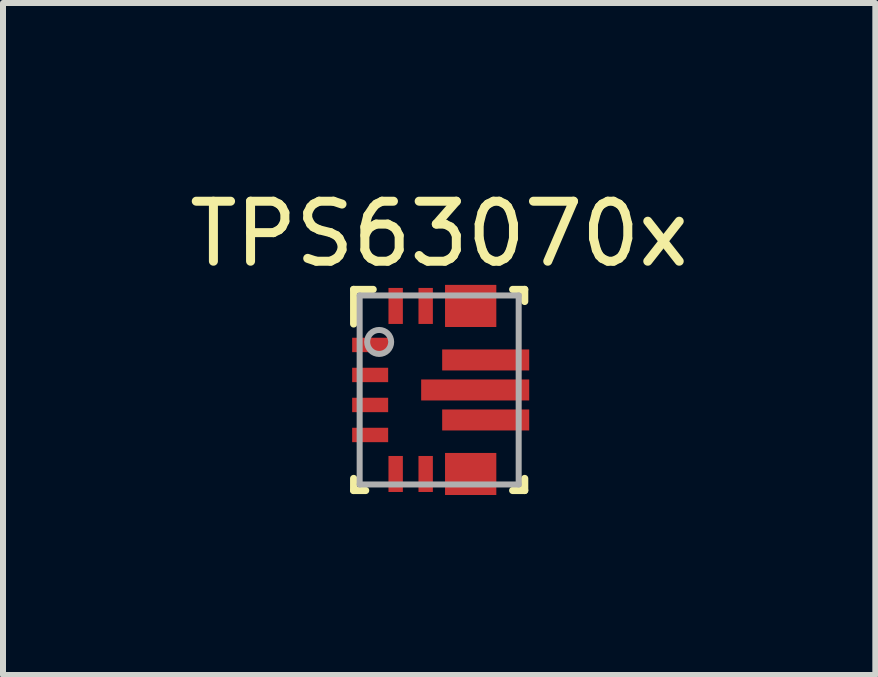
<source format=kicad_pcb>
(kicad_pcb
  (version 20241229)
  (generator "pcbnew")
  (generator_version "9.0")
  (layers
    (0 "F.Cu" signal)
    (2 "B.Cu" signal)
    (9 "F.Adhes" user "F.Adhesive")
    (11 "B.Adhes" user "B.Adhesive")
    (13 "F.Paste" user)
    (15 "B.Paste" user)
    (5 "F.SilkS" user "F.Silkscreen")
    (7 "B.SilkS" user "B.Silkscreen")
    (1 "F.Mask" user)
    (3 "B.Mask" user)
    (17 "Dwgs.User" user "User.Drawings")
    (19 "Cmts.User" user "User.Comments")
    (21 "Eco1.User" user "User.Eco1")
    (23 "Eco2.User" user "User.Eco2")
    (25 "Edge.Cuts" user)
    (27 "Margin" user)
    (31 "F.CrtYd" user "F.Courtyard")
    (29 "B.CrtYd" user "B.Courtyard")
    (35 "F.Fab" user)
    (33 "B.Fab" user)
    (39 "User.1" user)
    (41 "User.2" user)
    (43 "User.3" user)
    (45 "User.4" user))
  (footprint "TPS63070x"
    (layer "F.Cu")
    (at 4.268 3.448)
    (property "Reference" "TPS63070x" (at 0 -2.6 0) (layer "F.SilkS") (effects (font (size 1 1) (thickness 0.15))))
    (attr smd)
    (fp_poly (pts (xy 0.15 -1.15) (xy 0.15 -1.3) (xy 0.151 -1.31) (xy 0.154 -1.319) (xy 0.158 -1.328) (xy 0.165 -1.335) (xy 0.172 -1.342) (xy 0.181 -1.346) (xy 0.19 -1.349) (xy 0.2 -1.35) (xy 0.85 -1.35) (xy 0.86 -1.349) (xy 0.869 -1.346) (xy 0.878 -1.342) (xy 0.885 -1.335) (xy 0.892 -1.328) (xy 0.896 -1.319) (xy 0.899 -1.31) (xy 0.9 -1.3) (xy 0.9 -1.15) (xy 0.899 -1.14) (xy 0.896 -1.131) (xy 0.892 -1.122) (xy 0.885 -1.115) (xy 0.878 -1.108) (xy 0.869 -1.104) (xy 0.86 -1.101) (xy 0.85 -1.1) (xy 0.2 -1.1) (xy 0.19 -1.101) (xy 0.181 -1.104) (xy 0.172 -1.108) (xy 0.165 -1.115) (xy 0.158 -1.122) (xy 0.154 -1.131) (xy 0.151 -1.14)) (stroke (width 0.1) (type solid)) (fill yes) (layer "F.Mask"))
    (fp_poly (pts (xy 0.15 1.3) (xy 0.15 1.15) (xy 0.151 1.14) (xy 0.154 1.131) (xy 0.158 1.122) (xy 0.165 1.115) (xy 0.172 1.108) (xy 0.181 1.104) (xy 0.19 1.101) (xy 0.2 1.1) (xy 0.85 1.1) (xy 0.86 1.101) (xy 0.869 1.104) (xy 0.878 1.108) (xy 0.885 1.115) (xy 0.892 1.122) (xy 0.896 1.131) (xy 0.899 1.14) (xy 0.9 1.15) (xy 0.9 1.3) (xy 0.899 1.31) (xy 0.896 1.319) (xy 0.892 1.328) (xy 0.885 1.335) (xy 0.878 1.342) (xy 0.869 1.346) (xy 0.86 1.349) (xy 0.85 1.35) (xy 0.2 1.35) (xy 0.19 1.349) (xy 0.181 1.346) (xy 0.172 1.342) (xy 0.165 1.335) (xy 0.158 1.328) (xy 0.154 1.319) (xy 0.151 1.31)) (stroke (width 0.1) (type solid)) (fill yes) (layer "F.Mask"))
    (fp_poly (pts (xy 0.2 1.1) (xy 0.35 1.1) (xy 0.36 1.101) (xy 0.369 1.104) (xy 0.378 1.108) (xy 0.385 1.115) (xy 0.392 1.122) (xy 0.396 1.131) (xy 0.399 1.14) (xy 0.4 1.15) (xy 0.4 1.65) (xy 0.399 1.66) (xy 0.396 1.669) (xy 0.392 1.678) (xy 0.385 1.685) (xy 0.378 1.692) (xy 0.369 1.696) (xy 0.36 1.699) (xy 0.35 1.7) (xy 0.2 1.7) (xy 0.19 1.699) (xy 0.181 1.696) (xy 0.172 1.692) (xy 0.165 1.685) (xy 0.158 1.678) (xy 0.154 1.669) (xy 0.151 1.66) (xy 0.15 1.65) (xy 0.15 1.15) (xy 0.151 1.14) (xy 0.154 1.131) (xy 0.158 1.122) (xy 0.165 1.115) (xy 0.172 1.108) (xy 0.181 1.104) (xy 0.19 1.101)) (stroke (width 0.1) (type solid)) (fill yes) (layer "F.Mask"))
    (fp_poly (pts (xy 0.35 -1.1) (xy 0.2 -1.1) (xy 0.19 -1.101) (xy 0.181 -1.104) (xy 0.172 -1.108) (xy 0.165 -1.115) (xy 0.158 -1.122) (xy 0.154 -1.131) (xy 0.151 -1.14) (xy 0.15 -1.15) (xy 0.15 -1.65) (xy 0.151 -1.66) (xy 0.154 -1.669) (xy 0.158 -1.678) (xy 0.165 -1.685) (xy 0.172 -1.692) (xy 0.181 -1.696) (xy 0.19 -1.699) (xy 0.2 -1.7) (xy 0.35 -1.7) (xy 0.36 -1.699) (xy 0.369 -1.696) (xy 0.378 -1.692) (xy 0.385 -1.685) (xy 0.392 -1.678) (xy 0.396 -1.669) (xy 0.399 -1.66) (xy 0.4 -1.65) (xy 0.4 -1.15) (xy 0.399 -1.14) (xy 0.396 -1.131) (xy 0.392 -1.122) (xy 0.385 -1.115) (xy 0.378 -1.108) (xy 0.369 -1.104) (xy 0.36 -1.101)) (stroke (width 0.1) (type solid)) (fill yes) (layer "F.Mask"))
    (fp_poly (pts (xy 0.7 1.1) (xy 0.85 1.1) (xy 0.86 1.101) (xy 0.869 1.104) (xy 0.878 1.108) (xy 0.885 1.115) (xy 0.892 1.122) (xy 0.896 1.131) (xy 0.899 1.14) (xy 0.9 1.15) (xy 0.9 1.65) (xy 0.899 1.66) (xy 0.896 1.669) (xy 0.892 1.678) (xy 0.885 1.685) (xy 0.878 1.692) (xy 0.869 1.696) (xy 0.86 1.699) (xy 0.85 1.7) (xy 0.7 1.7) (xy 0.69 1.699) (xy 0.681 1.696) (xy 0.672 1.692) (xy 0.665 1.685) (xy 0.658 1.678) (xy 0.654 1.669) (xy 0.651 1.66) (xy 0.65 1.65) (xy 0.65 1.15) (xy 0.651 1.14) (xy 0.654 1.131) (xy 0.658 1.122) (xy 0.665 1.115) (xy 0.672 1.108) (xy 0.681 1.104) (xy 0.69 1.101)) (stroke (width 0.1) (type solid)) (fill yes) (layer "F.Mask"))
    (fp_poly (pts (xy 0.85 -1.1) (xy 0.7 -1.1) (xy 0.69 -1.101) (xy 0.681 -1.104) (xy 0.672 -1.108) (xy 0.665 -1.115) (xy 0.658 -1.122) (xy 0.654 -1.131) (xy 0.651 -1.14) (xy 0.65 -1.15) (xy 0.65 -1.65) (xy 0.651 -1.66) (xy 0.654 -1.669) (xy 0.658 -1.678) (xy 0.665 -1.685) (xy 0.672 -1.692) (xy 0.681 -1.696) (xy 0.69 -1.699) (xy 0.7 -1.7) (xy 0.85 -1.7) (xy 0.86 -1.699) (xy 0.869 -1.696) (xy 0.878 -1.692) (xy 0.885 -1.685) (xy 0.892 -1.678) (xy 0.896 -1.669) (xy 0.899 -1.66) (xy 0.9 -1.65) (xy 0.9 -1.15) (xy 0.899 -1.14) (xy 0.896 -1.131) (xy 0.892 -1.122) (xy 0.885 -1.115) (xy 0.878 -1.108) (xy 0.869 -1.104) (xy 0.86 -1.101)) (stroke (width 0.1) (type solid)) (fill yes) (layer "F.Mask"))
    (fp_line (start -1.425 -1.675) (end -1.1 -1.675) (stroke (width 0.12) (type solid)) (layer "F.SilkS"))
    (fp_line (start -1.425 -1.1) (end -1.425 -1.675) (stroke (width 0.12) (type solid)) (layer "F.SilkS"))
    (fp_line (start -1.425 1.675) (end -1.425 1.475) (stroke (width 0.12) (type solid)) (layer "F.SilkS"))
    (fp_line (start -1.425 1.675) (end -1.225 1.675) (stroke (width 0.12) (type solid)) (layer "F.SilkS"))
    (fp_line (start 1.225 -1.675) (end 1.425 -1.675) (stroke (width 0.12) (type solid)) (layer "F.SilkS"))
    (fp_line (start 1.225 1.675) (end 1.425 1.675) (stroke (width 0.12) (type solid)) (layer "F.SilkS"))
    (fp_line (start 1.425 -1.475) (end 1.425 -1.675) (stroke (width 0.12) (type solid)) (layer "F.SilkS"))
    (fp_line (start 1.425 1.675) (end 1.425 1.475) (stroke (width 0.12) (type solid)) (layer "F.SilkS"))
    (fp_poly (pts (xy -0.22 0.075) (xy -0.22 -0.075) (xy -0.219 -0.085) (xy -0.216 -0.094) (xy -0.212 -0.103) (xy -0.205 -0.11) (xy -0.198 -0.117) (xy -0.189 -0.121) (xy -0.18 -0.124) (xy -0.17 -0.125) (xy 0.45 -0.125) (xy 0.46 -0.124) (xy 0.469 -0.121) (xy 0.478 -0.117) (xy 0.485 -0.11) (xy 0.492 -0.103) (xy 0.496 -0.094) (xy 0.499 -0.085) (xy 0.5 -0.075) (xy 0.5 0.075) (xy 0.499 0.085) (xy 0.496 0.094) (xy 0.492 0.103) (xy 0.485 0.11) (xy 0.478 0.117) (xy 0.469 0.121) (xy 0.46 0.124) (xy 0.45 0.125) (xy -0.17 0.125) (xy -0.18 0.124) (xy -0.189 0.121) (xy -0.198 0.117) (xy -0.205 0.11) (xy -0.212 0.103) (xy -0.216 0.094) (xy -0.219 0.085)) (stroke (width 0.1) (type solid)) (fill yes) (layer "F.Paste"))
    (fp_poly (pts (xy 0.101 -0.425) (xy 0.101 -0.575) (xy 0.101 -0.585) (xy 0.104 -0.594) (xy 0.109 -0.603) (xy 0.115 -0.61) (xy 0.123 -0.617) (xy 0.131 -0.621) (xy 0.141 -0.624) (xy 0.15 -0.625) (xy 0.625 -0.625) (xy 0.635 -0.624) (xy 0.645 -0.621) (xy 0.653 -0.617) (xy 0.661 -0.61) (xy 0.667 -0.603) (xy 0.672 -0.594) (xy 0.675 -0.585) (xy 0.675 -0.575) (xy 0.675 -0.425) (xy 0.675 -0.415) (xy 0.672 -0.406) (xy 0.667 -0.397) (xy 0.661 -0.39) (xy 0.653 -0.383) (xy 0.645 -0.379) (xy 0.635 -0.376) (xy 0.625 -0.375) (xy 0.15 -0.375) (xy 0.141 -0.376) (xy 0.131 -0.379) (xy 0.123 -0.383) (xy 0.115 -0.39) (xy 0.109 -0.397) (xy 0.104 -0.406) (xy 0.101 -0.415)) (stroke (width 0.1) (type solid)) (fill yes) (layer "F.Paste"))
    (fp_poly (pts (xy 0.101 0.575) (xy 0.101 0.425) (xy 0.101 0.415) (xy 0.104 0.406) (xy 0.109 0.397) (xy 0.115 0.39) (xy 0.123 0.383) (xy 0.131 0.379) (xy 0.141 0.376) (xy 0.15 0.375) (xy 0.625 0.375) (xy 0.635 0.376) (xy 0.645 0.379) (xy 0.653 0.383) (xy 0.661 0.39) (xy 0.667 0.397) (xy 0.672 0.406) (xy 0.675 0.415) (xy 0.675 0.425) (xy 0.675 0.575) (xy 0.675 0.585) (xy 0.672 0.594) (xy 0.667 0.603) (xy 0.661 0.61) (xy 0.653 0.617) (xy 0.645 0.621) (xy 0.635 0.624) (xy 0.625 0.625) (xy 0.15 0.625) (xy 0.141 0.624) (xy 0.131 0.621) (xy 0.123 0.617) (xy 0.115 0.61) (xy 0.109 0.603) (xy 0.104 0.594) (xy 0.101 0.585)) (stroke (width 0.1) (type solid)) (fill yes) (layer "F.Paste"))
    (fp_poly (pts (xy 0.15 -1.15) (xy 0.15 -1.3) (xy 0.151 -1.31) (xy 0.154 -1.319) (xy 0.158 -1.328) (xy 0.165 -1.335) (xy 0.172 -1.342) (xy 0.181 -1.346) (xy 0.19 -1.349) (xy 0.2 -1.35) (xy 0.85 -1.35) (xy 0.86 -1.349) (xy 0.869 -1.346) (xy 0.878 -1.342) (xy 0.885 -1.335) (xy 0.892 -1.328) (xy 0.896 -1.319) (xy 0.899 -1.31) (xy 0.9 -1.3) (xy 0.9 -1.15) (xy 0.899 -1.14) (xy 0.896 -1.131) (xy 0.892 -1.122) (xy 0.885 -1.115) (xy 0.878 -1.108) (xy 0.869 -1.104) (xy 0.86 -1.101) (xy 0.85 -1.1) (xy 0.2 -1.1) (xy 0.19 -1.101) (xy 0.181 -1.104) (xy 0.172 -1.108) (xy 0.165 -1.115) (xy 0.158 -1.122) (xy 0.154 -1.131) (xy 0.151 -1.14)) (stroke (width 0.1) (type solid)) (fill yes) (layer "F.Paste"))
    (fp_poly (pts (xy 0.15 1.3) (xy 0.15 1.15) (xy 0.151 1.14) (xy 0.154 1.131) (xy 0.158 1.122) (xy 0.165 1.115) (xy 0.172 1.108) (xy 0.181 1.104) (xy 0.19 1.101) (xy 0.2 1.1) (xy 0.85 1.1) (xy 0.86 1.101) (xy 0.869 1.104) (xy 0.878 1.108) (xy 0.885 1.115) (xy 0.892 1.122) (xy 0.896 1.131) (xy 0.899 1.14) (xy 0.9 1.15) (xy 0.9 1.3) (xy 0.899 1.31) (xy 0.896 1.319) (xy 0.892 1.328) (xy 0.885 1.335) (xy 0.878 1.342) (xy 0.869 1.346) (xy 0.86 1.349) (xy 0.85 1.35) (xy 0.2 1.35) (xy 0.19 1.349) (xy 0.181 1.346) (xy 0.172 1.342) (xy 0.165 1.335) (xy 0.158 1.328) (xy 0.154 1.319) (xy 0.151 1.31)) (stroke (width 0.1) (type solid)) (fill yes) (layer "F.Paste"))
    (fp_poly (pts (xy 0.2 1.1) (xy 0.35 1.1) (xy 0.36 1.101) (xy 0.369 1.104) (xy 0.378 1.108) (xy 0.385 1.115) (xy 0.392 1.122) (xy 0.396 1.131) (xy 0.399 1.14) (xy 0.4 1.15) (xy 0.4 1.65) (xy 0.399 1.66) (xy 0.396 1.669) (xy 0.392 1.678) (xy 0.385 1.685) (xy 0.378 1.692) (xy 0.369 1.696) (xy 0.36 1.699) (xy 0.35 1.7) (xy 0.2 1.7) (xy 0.19 1.699) (xy 0.181 1.696) (xy 0.172 1.692) (xy 0.165 1.685) (xy 0.158 1.678) (xy 0.154 1.669) (xy 0.151 1.66) (xy 0.15 1.65) (xy 0.15 1.15) (xy 0.151 1.14) (xy 0.154 1.131) (xy 0.158 1.122) (xy 0.165 1.115) (xy 0.172 1.108) (xy 0.181 1.104) (xy 0.19 1.101)) (stroke (width 0.1) (type solid)) (fill yes) (layer "F.Paste"))
    (fp_poly (pts (xy 0.35 -1.1) (xy 0.2 -1.1) (xy 0.19 -1.101) (xy 0.181 -1.104) (xy 0.172 -1.108) (xy 0.165 -1.115) (xy 0.158 -1.122) (xy 0.154 -1.131) (xy 0.151 -1.14) (xy 0.15 -1.15) (xy 0.15 -1.65) (xy 0.151 -1.66) (xy 0.154 -1.669) (xy 0.158 -1.678) (xy 0.165 -1.685) (xy 0.172 -1.692) (xy 0.181 -1.696) (xy 0.19 -1.699) (xy 0.2 -1.7) (xy 0.35 -1.7) (xy 0.36 -1.699) (xy 0.369 -1.696) (xy 0.378 -1.692) (xy 0.385 -1.685) (xy 0.392 -1.678) (xy 0.396 -1.669) (xy 0.399 -1.66) (xy 0.4 -1.65) (xy 0.4 -1.15) (xy 0.399 -1.14) (xy 0.396 -1.131) (xy 0.392 -1.122) (xy 0.385 -1.115) (xy 0.378 -1.108) (xy 0.369 -1.104) (xy 0.36 -1.101)) (stroke (width 0.1) (type solid)) (fill yes) (layer "F.Paste"))
    (fp_poly (pts (xy 0.7 0.075) (xy 0.7 -0.075) (xy 0.701 -0.085) (xy 0.704 -0.094) (xy 0.708 -0.103) (xy 0.715 -0.11) (xy 0.722 -0.117) (xy 0.731 -0.121) (xy 0.74 -0.124) (xy 0.75 -0.125) (xy 1.37 -0.125) (xy 1.38 -0.124) (xy 1.389 -0.121) (xy 1.398 -0.117) (xy 1.405 -0.11) (xy 1.412 -0.103) (xy 1.416 -0.094) (xy 1.419 -0.085) (xy 1.42 -0.075) (xy 1.42 0.075) (xy 1.419 0.085) (xy 1.416 0.094) (xy 1.412 0.103) (xy 1.405 0.11) (xy 1.398 0.117) (xy 1.389 0.121) (xy 1.38 0.124) (xy 1.37 0.125) (xy 0.75 0.125) (xy 0.74 0.124) (xy 0.731 0.121) (xy 0.722 0.117) (xy 0.715 0.11) (xy 0.708 0.103) (xy 0.704 0.094) (xy 0.701 0.085)) (stroke (width 0.1) (type solid)) (fill yes) (layer "F.Paste"))
    (fp_poly (pts (xy 0.7 1.1) (xy 0.85 1.1) (xy 0.86 1.101) (xy 0.869 1.104) (xy 0.878 1.108) (xy 0.885 1.115) (xy 0.892 1.122) (xy 0.896 1.131) (xy 0.899 1.14) (xy 0.9 1.15) (xy 0.9 1.65) (xy 0.899 1.66) (xy 0.896 1.669) (xy 0.892 1.678) (xy 0.885 1.685) (xy 0.878 1.692) (xy 0.869 1.696) (xy 0.86 1.699) (xy 0.85 1.7) (xy 0.7 1.7) (xy 0.69 1.699) (xy 0.681 1.696) (xy 0.672 1.692) (xy 0.665 1.685) (xy 0.658 1.678) (xy 0.654 1.669) (xy 0.651 1.66) (xy 0.65 1.65) (xy 0.65 1.15) (xy 0.651 1.14) (xy 0.654 1.131) (xy 0.658 1.122) (xy 0.665 1.115) (xy 0.672 1.108) (xy 0.681 1.104) (xy 0.69 1.101)) (stroke (width 0.1) (type solid)) (fill yes) (layer "F.Paste"))
    (fp_poly (pts (xy 0.85 -1.1) (xy 0.7 -1.1) (xy 0.69 -1.101) (xy 0.681 -1.104) (xy 0.672 -1.108) (xy 0.665 -1.115) (xy 0.658 -1.122) (xy 0.654 -1.131) (xy 0.651 -1.14) (xy 0.65 -1.15) (xy 0.65 -1.65) (xy 0.651 -1.66) (xy 0.654 -1.669) (xy 0.658 -1.678) (xy 0.665 -1.685) (xy 0.672 -1.692) (xy 0.681 -1.696) (xy 0.69 -1.699) (xy 0.7 -1.7) (xy 0.85 -1.7) (xy 0.86 -1.699) (xy 0.869 -1.696) (xy 0.878 -1.692) (xy 0.885 -1.685) (xy 0.892 -1.678) (xy 0.896 -1.669) (xy 0.899 -1.66) (xy 0.9 -1.65) (xy 0.9 -1.15) (xy 0.899 -1.14) (xy 0.896 -1.131) (xy 0.892 -1.122) (xy 0.885 -1.115) (xy 0.878 -1.108) (xy 0.869 -1.104) (xy 0.86 -1.101)) (stroke (width 0.1) (type solid)) (fill yes) (layer "F.Paste"))
    (fp_poly (pts (xy 0.875 -0.425) (xy 0.875 -0.575) (xy 0.876 -0.585) (xy 0.879 -0.594) (xy 0.884 -0.603) (xy 0.89 -0.61) (xy 0.898 -0.617) (xy 0.906 -0.621) (xy 0.916 -0.624) (xy 0.925 -0.625) (xy 1.401 -0.625) (xy 1.41 -0.624) (xy 1.42 -0.621) (xy 1.428 -0.617) (xy 1.436 -0.61) (xy 1.442 -0.603) (xy 1.447 -0.594) (xy 1.45 -0.585) (xy 1.45 -0.575) (xy 1.45 -0.425) (xy 1.45 -0.415) (xy 1.447 -0.406) (xy 1.442 -0.397) (xy 1.436 -0.39) (xy 1.428 -0.383) (xy 1.42 -0.379) (xy 1.41 -0.376) (xy 1.401 -0.375) (xy 0.925 -0.375) (xy 0.916 -0.376) (xy 0.906 -0.379) (xy 0.898 -0.383) (xy 0.89 -0.39) (xy 0.884 -0.397) (xy 0.879 -0.406) (xy 0.876 -0.415)) (stroke (width 0.1) (type solid)) (fill yes) (layer "F.Paste"))
    (fp_poly (pts (xy 0.875 0.575) (xy 0.875 0.425) (xy 0.876 0.415) (xy 0.879 0.406) (xy 0.884 0.397) (xy 0.89 0.39) (xy 0.898 0.383) (xy 0.906 0.379) (xy 0.916 0.376) (xy 0.925 0.375) (xy 1.401 0.375) (xy 1.41 0.376) (xy 1.42 0.379) (xy 1.428 0.383) (xy 1.436 0.39) (xy 1.442 0.397) (xy 1.447 0.406) (xy 1.45 0.415) (xy 1.45 0.425) (xy 1.45 0.575) (xy 1.45 0.585) (xy 1.447 0.594) (xy 1.442 0.603) (xy 1.436 0.61) (xy 1.428 0.617) (xy 1.42 0.621) (xy 1.41 0.624) (xy 1.401 0.625) (xy 0.925 0.625) (xy 0.916 0.624) (xy 0.906 0.621) (xy 0.898 0.617) (xy 0.89 0.61) (xy 0.884 0.603) (xy 0.879 0.594) (xy 0.876 0.585)) (stroke (width 0.1) (type solid)) (fill yes) (layer "F.Paste"))
    (fp_line (start -1.325 -1.575) (end 1.325 -1.575) (stroke (width 0.1) (type solid)) (layer "F.Fab"))
    (fp_line (start -1.325 1.575) (end -1.325 -1.575) (stroke (width 0.1) (type solid)) (layer "F.Fab"))
    (fp_line (start -1.325 1.575) (end 1.325 1.575) (stroke (width 0.1) (type solid)) (layer "F.Fab"))
    (fp_line (start 1.325 1.575) (end 1.325 -1.575) (stroke (width 0.1) (type solid)) (layer "F.Fab"))
    (fp_circle (center -1 -0.8) (end -0.8 -0.8) (stroke (width 0.1) (type solid)) (fill no) (layer "F.Fab"))
    (pad "1" smd rect (at -1.15 -0.75 90) (size 0.24 0.6) (layers "F.Cu" "F.Mask" "F.Paste"))
    (pad "2" smd rect (at -1.15 -0.25 90) (size 0.24 0.6) (layers "F.Cu" "F.Mask" "F.Paste"))
    (pad "3" smd rect (at -1.15 0.25 90) (size 0.24 0.6) (layers "F.Cu" "F.Mask" "F.Paste"))
    (pad "4" smd rect (at -1.15 0.75 90) (size 0.24 0.6) (layers "F.Cu" "F.Mask" "F.Paste"))
    (pad "5" smd rect (at -0.725 1.4) (size 0.24 0.6) (layers "F.Cu" "F.Mask" "F.Paste"))
    (pad "6" smd rect (at -0.225 1.4) (size 0.24 0.6) (layers "F.Cu" "F.Mask" "F.Paste"))
    (pad "7" smd rect (at 0.525 1.4 90) (size 0.7 0.85) (layers "F.Cu" "F.Mask" "F.Paste"))
    (pad "8" smd rect (at 0.525 1.4 90) (size 0.7 0.85) (layers "F.Cu" "F.Mask" "F.Paste"))
    (pad "9" smd rect (at 0.775 0.5 90) (size 0.35 1.45) (layers "F.Cu" "F.Mask"))
    (pad "10" smd rect (at 0.6 0 90) (size 0.35 1.8) (layers "F.Cu" "F.Mask"))
    (pad "11" smd rect (at 0.775 -0.5 90) (size 0.35 1.45) (layers "F.Cu" "F.Mask"))
    (pad "12" smd rect (at 0.525 -1.4 90) (size 0.7 0.85) (layers "F.Cu" "F.Mask" "F.Paste"))
    (pad "13" smd rect (at 0.525 -1.4 90) (size 0.7 0.85) (layers "F.Cu" "F.Mask" "F.Paste"))
    (pad "14" smd rect (at -0.225 -1.4) (size 0.24 0.6) (layers "F.Cu" "F.Mask" "F.Paste"))
    (pad "15" smd rect (at -0.725 -1.4) (size 0.24 0.6) (layers "F.Cu" "F.Mask" "F.Paste")))
  (gr_rect
    (start -3 -3)
    (end 11.536 8.198)
    (stroke (width 0.1) (type default))
    (fill no)
    (layer "Edge.Cuts")))
</source>
